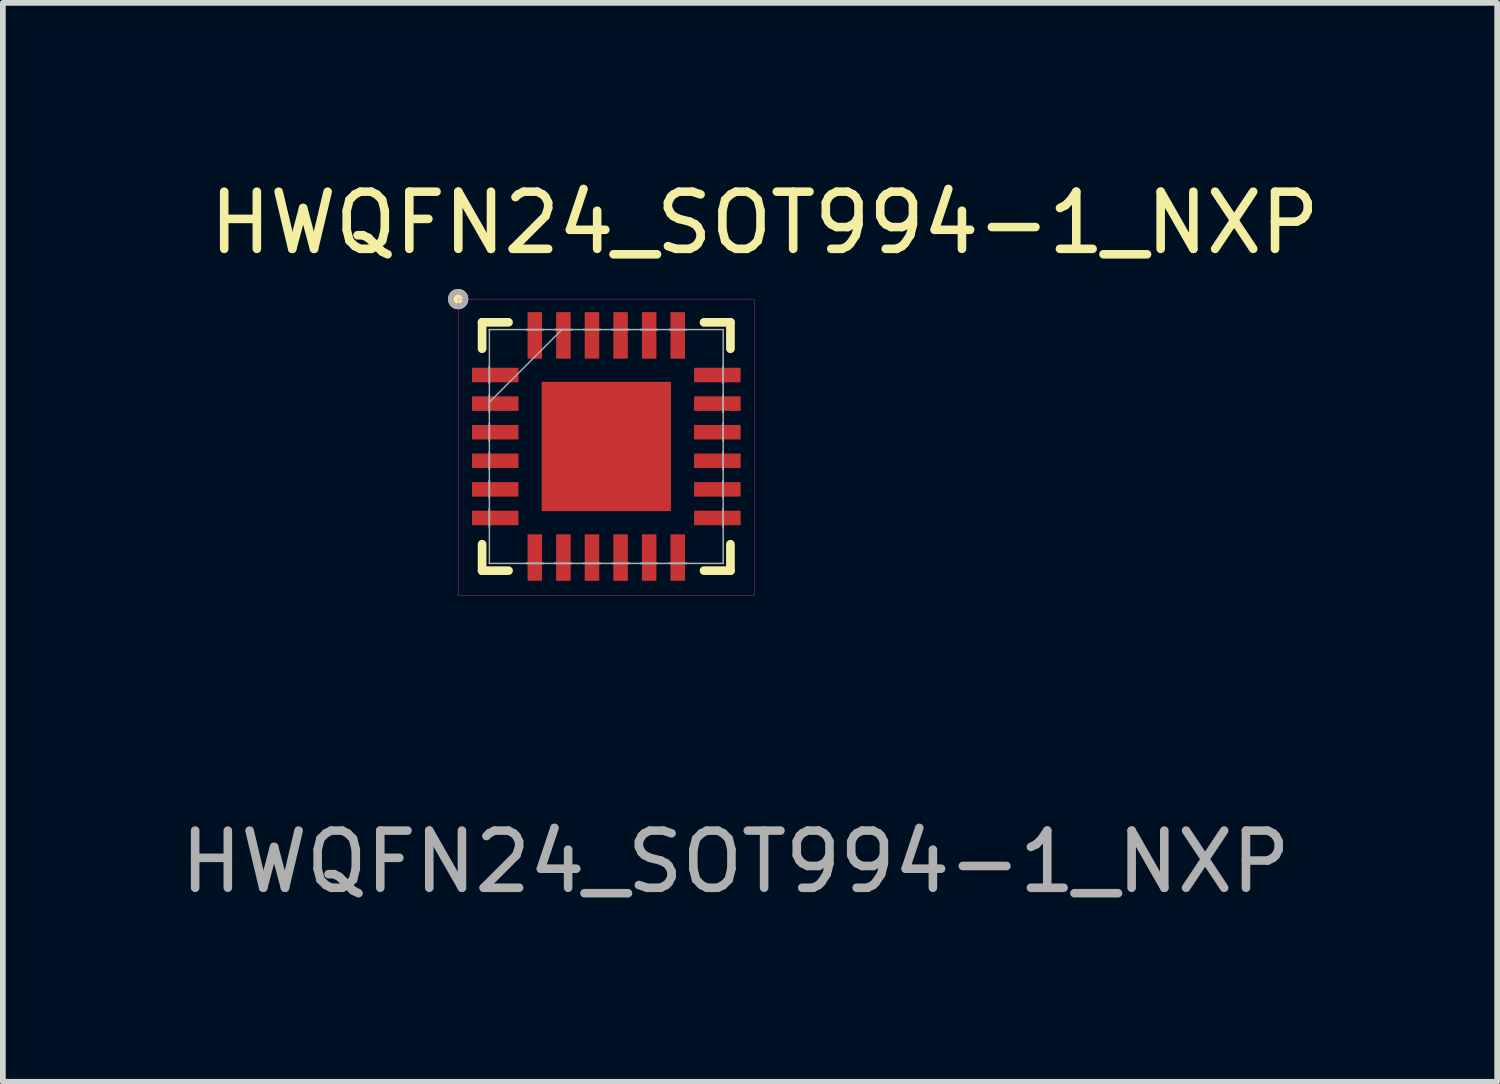
<source format=kicad_pcb>
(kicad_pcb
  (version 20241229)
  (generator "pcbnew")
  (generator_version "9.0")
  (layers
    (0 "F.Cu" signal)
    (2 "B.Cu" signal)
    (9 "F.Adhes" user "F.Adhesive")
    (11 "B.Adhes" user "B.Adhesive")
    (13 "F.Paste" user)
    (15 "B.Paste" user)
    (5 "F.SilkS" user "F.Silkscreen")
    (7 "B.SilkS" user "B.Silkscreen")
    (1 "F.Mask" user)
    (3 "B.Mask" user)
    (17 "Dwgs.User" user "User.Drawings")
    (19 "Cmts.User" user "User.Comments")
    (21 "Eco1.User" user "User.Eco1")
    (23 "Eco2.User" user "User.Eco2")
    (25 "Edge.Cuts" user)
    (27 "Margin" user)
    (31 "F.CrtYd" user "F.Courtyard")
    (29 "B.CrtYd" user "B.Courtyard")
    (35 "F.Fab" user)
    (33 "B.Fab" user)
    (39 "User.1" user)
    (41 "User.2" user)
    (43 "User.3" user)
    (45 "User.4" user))
  (footprint "HWQFN24_SOT994-1_NXP"
    (layer "F.Cu")
    (at 7.555 4.76)
    (property "Reference" "HWQFN24_SOT994-1_NXP" (at 2.769 -3.912 0) (unlocked yes) (layer "F.SilkS") (effects (font (size 1 1) (thickness 0.15))))
    (attr smd)
    (fp_line (start -2.172 -2.172) (end -2.172 -1.71) (stroke (width 0.152) (type solid)) (layer "F.SilkS"))
    (fp_line (start -2.172 1.71) (end -2.172 2.172) (stroke (width 0.152) (type solid)) (layer "F.SilkS"))
    (fp_line (start -2.172 2.172) (end -1.71 2.172) (stroke (width 0.152) (type solid)) (layer "F.SilkS"))
    (fp_line (start -1.71 -2.172) (end -2.172 -2.172) (stroke (width 0.152) (type solid)) (layer "F.SilkS"))
    (fp_line (start 1.71 2.172) (end 2.172 2.172) (stroke (width 0.152) (type solid)) (layer "F.SilkS"))
    (fp_line (start 2.172 -2.172) (end 1.71 -2.172) (stroke (width 0.152) (type solid)) (layer "F.SilkS"))
    (fp_line (start 2.172 -1.71) (end 2.172 -2.172) (stroke (width 0.152) (type solid)) (layer "F.SilkS"))
    (fp_line (start 2.172 2.172) (end 2.172 1.71) (stroke (width 0.152) (type solid)) (layer "F.SilkS"))
    (fp_circle (center -2.591 -2.578) (end -2.464 -2.578) (stroke (width 0.1) (type solid)) (fill yes) (layer "F.SilkS"))
    (fp_rect (start -2.591 -2.578) (end 2.591 2.603) (stroke (width 0.006) (type solid)) (fill no) (layer "F.CrtYd"))
    (fp_line (start -2.045 -2.045) (end -2.045 -2.045) (stroke (width 0.025) (type solid)) (layer "F.Fab"))
    (fp_line (start -2.045 -2.045) (end -2.045 2.045) (stroke (width 0.025) (type solid)) (layer "F.Fab"))
    (fp_line (start -2.045 -1.402) (end -2.045 -1.402) (stroke (width 0.025) (type solid)) (layer "F.Fab"))
    (fp_line (start -2.045 -1.402) (end -2.045 -1.098) (stroke (width 0.025) (type solid)) (layer "F.Fab"))
    (fp_line (start -2.045 -1.098) (end -2.045 -1.402) (stroke (width 0.025) (type solid)) (layer "F.Fab"))
    (fp_line (start -2.045 -1.098) (end -2.045 -1.098) (stroke (width 0.025) (type solid)) (layer "F.Fab"))
    (fp_line (start -2.045 -0.902) (end -2.045 -0.902) (stroke (width 0.025) (type solid)) (layer "F.Fab"))
    (fp_line (start -2.045 -0.902) (end -2.045 -0.598) (stroke (width 0.025) (type solid)) (layer "F.Fab"))
    (fp_line (start -2.045 -0.775) (end -0.775 -2.045) (stroke (width 0.025) (type solid)) (layer "F.Fab"))
    (fp_line (start -2.045 -0.598) (end -2.045 -0.902) (stroke (width 0.025) (type solid)) (layer "F.Fab"))
    (fp_line (start -2.045 -0.598) (end -2.045 -0.598) (stroke (width 0.025) (type solid)) (layer "F.Fab"))
    (fp_line (start -2.045 -0.402) (end -2.045 -0.402) (stroke (width 0.025) (type solid)) (layer "F.Fab"))
    (fp_line (start -2.045 -0.402) (end -2.045 -0.098) (stroke (width 0.025) (type solid)) (layer "F.Fab"))
    (fp_line (start -2.045 -0.098) (end -2.045 -0.402) (stroke (width 0.025) (type solid)) (layer "F.Fab"))
    (fp_line (start -2.045 -0.098) (end -2.045 -0.098) (stroke (width 0.025) (type solid)) (layer "F.Fab"))
    (fp_line (start -2.045 0.098) (end -2.045 0.098) (stroke (width 0.025) (type solid)) (layer "F.Fab"))
    (fp_line (start -2.045 0.098) (end -2.045 0.402) (stroke (width 0.025) (type solid)) (layer "F.Fab"))
    (fp_line (start -2.045 0.402) (end -2.045 0.098) (stroke (width 0.025) (type solid)) (layer "F.Fab"))
    (fp_line (start -2.045 0.402) (end -2.045 0.402) (stroke (width 0.025) (type solid)) (layer "F.Fab"))
    (fp_line (start -2.045 0.598) (end -2.045 0.598) (stroke (width 0.025) (type solid)) (layer "F.Fab"))
    (fp_line (start -2.045 0.598) (end -2.045 0.902) (stroke (width 0.025) (type solid)) (layer "F.Fab"))
    (fp_line (start -2.045 0.902) (end -2.045 0.598) (stroke (width 0.025) (type solid)) (layer "F.Fab"))
    (fp_line (start -2.045 0.902) (end -2.045 0.902) (stroke (width 0.025) (type solid)) (layer "F.Fab"))
    (fp_line (start -2.045 1.098) (end -2.045 1.098) (stroke (width 0.025) (type solid)) (layer "F.Fab"))
    (fp_line (start -2.045 1.098) (end -2.045 1.402) (stroke (width 0.025) (type solid)) (layer "F.Fab"))
    (fp_line (start -2.045 1.402) (end -2.045 1.098) (stroke (width 0.025) (type solid)) (layer "F.Fab"))
    (fp_line (start -2.045 1.402) (end -2.045 1.402) (stroke (width 0.025) (type solid)) (layer "F.Fab"))
    (fp_line (start -2.045 2.045) (end -2.045 2.045) (stroke (width 0.025) (type solid)) (layer "F.Fab"))
    (fp_line (start -2.045 2.045) (end 2.045 2.045) (stroke (width 0.025) (type solid)) (layer "F.Fab"))
    (fp_line (start -1.402 -2.045) (end -1.402 -2.045) (stroke (width 0.025) (type solid)) (layer "F.Fab"))
    (fp_line (start -1.402 -2.045) (end -1.098 -2.045) (stroke (width 0.025) (type solid)) (layer "F.Fab"))
    (fp_line (start -1.402 2.045) (end -1.402 2.045) (stroke (width 0.025) (type solid)) (layer "F.Fab"))
    (fp_line (start -1.402 2.045) (end -1.098 2.045) (stroke (width 0.025) (type solid)) (layer "F.Fab"))
    (fp_line (start -1.098 -2.045) (end -1.402 -2.045) (stroke (width 0.025) (type solid)) (layer "F.Fab"))
    (fp_line (start -1.098 -2.045) (end -1.098 -2.045) (stroke (width 0.025) (type solid)) (layer "F.Fab"))
    (fp_line (start -1.098 2.045) (end -1.402 2.045) (stroke (width 0.025) (type solid)) (layer "F.Fab"))
    (fp_line (start -1.098 2.045) (end -1.098 2.045) (stroke (width 0.025) (type solid)) (layer "F.Fab"))
    (fp_line (start -0.902 -2.045) (end -0.902 -2.045) (stroke (width 0.025) (type solid)) (layer "F.Fab"))
    (fp_line (start -0.902 -2.045) (end -0.598 -2.045) (stroke (width 0.025) (type solid)) (layer "F.Fab"))
    (fp_line (start -0.902 2.045) (end -0.902 2.045) (stroke (width 0.025) (type solid)) (layer "F.Fab"))
    (fp_line (start -0.902 2.045) (end -0.598 2.045) (stroke (width 0.025) (type solid)) (layer "F.Fab"))
    (fp_line (start -0.598 -2.045) (end -0.902 -2.045) (stroke (width 0.025) (type solid)) (layer "F.Fab"))
    (fp_line (start -0.598 -2.045) (end -0.598 -2.045) (stroke (width 0.025) (type solid)) (layer "F.Fab"))
    (fp_line (start -0.598 2.045) (end -0.902 2.045) (stroke (width 0.025) (type solid)) (layer "F.Fab"))
    (fp_line (start -0.598 2.045) (end -0.598 2.045) (stroke (width 0.025) (type solid)) (layer "F.Fab"))
    (fp_line (start -0.402 -2.045) (end -0.402 -2.045) (stroke (width 0.025) (type solid)) (layer "F.Fab"))
    (fp_line (start -0.402 -2.045) (end -0.098 -2.045) (stroke (width 0.025) (type solid)) (layer "F.Fab"))
    (fp_line (start -0.402 2.045) (end -0.402 2.045) (stroke (width 0.025) (type solid)) (layer "F.Fab"))
    (fp_line (start -0.402 2.045) (end -0.098 2.045) (stroke (width 0.025) (type solid)) (layer "F.Fab"))
    (fp_line (start -0.098 -2.045) (end -0.402 -2.045) (stroke (width 0.025) (type solid)) (layer "F.Fab"))
    (fp_line (start -0.098 -2.045) (end -0.098 -2.045) (stroke (width 0.025) (type solid)) (layer "F.Fab"))
    (fp_line (start -0.098 2.045) (end -0.402 2.045) (stroke (width 0.025) (type solid)) (layer "F.Fab"))
    (fp_line (start -0.098 2.045) (end -0.098 2.045) (stroke (width 0.025) (type solid)) (layer "F.Fab"))
    (fp_line (start 0.098 -2.045) (end 0.098 -2.045) (stroke (width 0.025) (type solid)) (layer "F.Fab"))
    (fp_line (start 0.098 -2.045) (end 0.402 -2.045) (stroke (width 0.025) (type solid)) (layer "F.Fab"))
    (fp_line (start 0.098 2.045) (end 0.098 2.045) (stroke (width 0.025) (type solid)) (layer "F.Fab"))
    (fp_line (start 0.098 2.045) (end 0.402 2.045) (stroke (width 0.025) (type solid)) (layer "F.Fab"))
    (fp_line (start 0.402 -2.045) (end 0.098 -2.045) (stroke (width 0.025) (type solid)) (layer "F.Fab"))
    (fp_line (start 0.402 -2.045) (end 0.402 -2.045) (stroke (width 0.025) (type solid)) (layer "F.Fab"))
    (fp_line (start 0.402 2.045) (end 0.098 2.045) (stroke (width 0.025) (type solid)) (layer "F.Fab"))
    (fp_line (start 0.402 2.045) (end 0.402 2.045) (stroke (width 0.025) (type solid)) (layer "F.Fab"))
    (fp_line (start 0.598 -2.045) (end 0.598 -2.045) (stroke (width 0.025) (type solid)) (layer "F.Fab"))
    (fp_line (start 0.598 -2.045) (end 0.902 -2.045) (stroke (width 0.025) (type solid)) (layer "F.Fab"))
    (fp_line (start 0.598 2.045) (end 0.598 2.045) (stroke (width 0.025) (type solid)) (layer "F.Fab"))
    (fp_line (start 0.598 2.045) (end 0.902 2.045) (stroke (width 0.025) (type solid)) (layer "F.Fab"))
    (fp_line (start 0.902 -2.045) (end 0.598 -2.045) (stroke (width 0.025) (type solid)) (layer "F.Fab"))
    (fp_line (start 0.902 -2.045) (end 0.902 -2.045) (stroke (width 0.025) (type solid)) (layer "F.Fab"))
    (fp_line (start 0.902 2.045) (end 0.598 2.045) (stroke (width 0.025) (type solid)) (layer "F.Fab"))
    (fp_line (start 0.902 2.045) (end 0.902 2.045) (stroke (width 0.025) (type solid)) (layer "F.Fab"))
    (fp_line (start 1.098 -2.045) (end 1.098 -2.045) (stroke (width 0.025) (type solid)) (layer "F.Fab"))
    (fp_line (start 1.098 -2.045) (end 1.402 -2.045) (stroke (width 0.025) (type solid)) (layer "F.Fab"))
    (fp_line (start 1.098 2.045) (end 1.098 2.045) (stroke (width 0.025) (type solid)) (layer "F.Fab"))
    (fp_line (start 1.098 2.045) (end 1.402 2.045) (stroke (width 0.025) (type solid)) (layer "F.Fab"))
    (fp_line (start 1.402 -2.045) (end 1.098 -2.045) (stroke (width 0.025) (type solid)) (layer "F.Fab"))
    (fp_line (start 1.402 -2.045) (end 1.402 -2.045) (stroke (width 0.025) (type solid)) (layer "F.Fab"))
    (fp_line (start 1.402 2.045) (end 1.098 2.045) (stroke (width 0.025) (type solid)) (layer "F.Fab"))
    (fp_line (start 1.402 2.045) (end 1.402 2.045) (stroke (width 0.025) (type solid)) (layer "F.Fab"))
    (fp_line (start 2.045 -2.045) (end -2.045 -2.045) (stroke (width 0.025) (type solid)) (layer "F.Fab"))
    (fp_line (start 2.045 -2.045) (end 2.045 -2.045) (stroke (width 0.025) (type solid)) (layer "F.Fab"))
    (fp_line (start 2.045 -1.402) (end 2.045 -1.402) (stroke (width 0.025) (type solid)) (layer "F.Fab"))
    (fp_line (start 2.045 -1.402) (end 2.045 -1.098) (stroke (width 0.025) (type solid)) (layer "F.Fab"))
    (fp_line (start 2.045 -1.098) (end 2.045 -1.402) (stroke (width 0.025) (type solid)) (layer "F.Fab"))
    (fp_line (start 2.045 -1.098) (end 2.045 -1.098) (stroke (width 0.025) (type solid)) (layer "F.Fab"))
    (fp_line (start 2.045 -0.902) (end 2.045 -0.902) (stroke (width 0.025) (type solid)) (layer "F.Fab"))
    (fp_line (start 2.045 -0.902) (end 2.045 -0.598) (stroke (width 0.025) (type solid)) (layer "F.Fab"))
    (fp_line (start 2.045 -0.598) (end 2.045 -0.902) (stroke (width 0.025) (type solid)) (layer "F.Fab"))
    (fp_line (start 2.045 -0.598) (end 2.045 -0.598) (stroke (width 0.025) (type solid)) (layer "F.Fab"))
    (fp_line (start 2.045 -0.402) (end 2.045 -0.402) (stroke (width 0.025) (type solid)) (layer "F.Fab"))
    (fp_line (start 2.045 -0.402) (end 2.045 -0.098) (stroke (width 0.025) (type solid)) (layer "F.Fab"))
    (fp_line (start 2.045 -0.098) (end 2.045 -0.402) (stroke (width 0.025) (type solid)) (layer "F.Fab"))
    (fp_line (start 2.045 -0.098) (end 2.045 -0.098) (stroke (width 0.025) (type solid)) (layer "F.Fab"))
    (fp_line (start 2.045 0.098) (end 2.045 0.098) (stroke (width 0.025) (type solid)) (layer "F.Fab"))
    (fp_line (start 2.045 0.098) (end 2.045 0.402) (stroke (width 0.025) (type solid)) (layer "F.Fab"))
    (fp_line (start 2.045 0.402) (end 2.045 0.098) (stroke (width 0.025) (type solid)) (layer "F.Fab"))
    (fp_line (start 2.045 0.402) (end 2.045 0.402) (stroke (width 0.025) (type solid)) (layer "F.Fab"))
    (fp_line (start 2.045 0.598) (end 2.045 0.598) (stroke (width 0.025) (type solid)) (layer "F.Fab"))
    (fp_line (start 2.045 0.598) (end 2.045 0.902) (stroke (width 0.025) (type solid)) (layer "F.Fab"))
    (fp_line (start 2.045 0.902) (end 2.045 0.598) (stroke (width 0.025) (type solid)) (layer "F.Fab"))
    (fp_line (start 2.045 0.902) (end 2.045 0.902) (stroke (width 0.025) (type solid)) (layer "F.Fab"))
    (fp_line (start 2.045 1.098) (end 2.045 1.098) (stroke (width 0.025) (type solid)) (layer "F.Fab"))
    (fp_line (start 2.045 1.098) (end 2.045 1.402) (stroke (width 0.025) (type solid)) (layer "F.Fab"))
    (fp_line (start 2.045 1.402) (end 2.045 1.098) (stroke (width 0.025) (type solid)) (layer "F.Fab"))
    (fp_line (start 2.045 1.402) (end 2.045 1.402) (stroke (width 0.025) (type solid)) (layer "F.Fab"))
    (fp_line (start 2.045 2.045) (end 2.045 -2.045) (stroke (width 0.025) (type solid)) (layer "F.Fab"))
    (fp_line (start 2.045 2.045) (end 2.045 2.045) (stroke (width 0.025) (type solid)) (layer "F.Fab"))
    (fp_circle (center -2.591 -2.578) (end -2.464 -2.578) (stroke (width 0.1) (type solid)) (fill no) (layer "F.Fab"))
    (fp_text user "${REFERENCE}" (at 2.261 7.264 0) (unlocked yes) (layer "F.Fab") (effects (font (size 1 1) (thickness 0.15))))
    (pad "1" smd rect (at -1.943 -1.25 90) (size 0.254 0.813) (layers "F.Cu" "F.Mask" "F.Paste"))
    (pad "2" smd rect (at -1.943 -0.75 90) (size 0.254 0.813) (layers "F.Cu" "F.Mask" "F.Paste"))
    (pad "3" smd rect (at -1.943 -0.25 90) (size 0.254 0.813) (layers "F.Cu" "F.Mask" "F.Paste"))
    (pad "4" smd rect (at -1.943 0.25 90) (size 0.254 0.813) (layers "F.Cu" "F.Mask" "F.Paste"))
    (pad "5" smd rect (at -1.943 0.75 90) (size 0.254 0.813) (layers "F.Cu" "F.Mask" "F.Paste"))
    (pad "6" smd rect (at -1.943 1.25 90) (size 0.254 0.813) (layers "F.Cu" "F.Mask" "F.Paste"))
    (pad "7" smd rect (at -1.25 1.943) (size 0.254 0.813) (layers "F.Cu" "F.Mask" "F.Paste"))
    (pad "8" smd rect (at -0.75 1.943) (size 0.254 0.813) (layers "F.Cu" "F.Mask" "F.Paste"))
    (pad "9" smd rect (at -0.25 1.943) (size 0.254 0.813) (layers "F.Cu" "F.Mask" "F.Paste"))
    (pad "10" smd rect (at 0.25 1.943) (size 0.254 0.813) (layers "F.Cu" "F.Mask" "F.Paste"))
    (pad "11" smd rect (at 0.75 1.943) (size 0.254 0.813) (layers "F.Cu" "F.Mask" "F.Paste"))
    (pad "12" smd rect (at 1.25 1.943) (size 0.254 0.813) (layers "F.Cu" "F.Mask" "F.Paste"))
    (pad "13" smd rect (at 1.943 1.25 90) (size 0.254 0.813) (layers "F.Cu" "F.Mask" "F.Paste"))
    (pad "14" smd rect (at 1.943 0.75 90) (size 0.254 0.813) (layers "F.Cu" "F.Mask" "F.Paste"))
    (pad "15" smd rect (at 1.943 0.25 90) (size 0.254 0.813) (layers "F.Cu" "F.Mask" "F.Paste"))
    (pad "16" smd rect (at 1.943 -0.25 90) (size 0.254 0.813) (layers "F.Cu" "F.Mask" "F.Paste"))
    (pad "17" smd rect (at 1.943 -0.75 90) (size 0.254 0.813) (layers "F.Cu" "F.Mask" "F.Paste"))
    (pad "18" smd rect (at 1.943 -1.25 90) (size 0.254 0.813) (layers "F.Cu" "F.Mask" "F.Paste"))
    (pad "19" smd rect (at 1.25 -1.943) (size 0.254 0.813) (layers "F.Cu" "F.Mask" "F.Paste"))
    (pad "20" smd rect (at 0.75 -1.943) (size 0.254 0.813) (layers "F.Cu" "F.Mask" "F.Paste"))
    (pad "21" smd rect (at 0.25 -1.943) (size 0.254 0.813) (layers "F.Cu" "F.Mask" "F.Paste"))
    (pad "22" smd rect (at -0.25 -1.943) (size 0.254 0.813) (layers "F.Cu" "F.Mask" "F.Paste"))
    (pad "23" smd rect (at -0.75 -1.943) (size 0.254 0.813) (layers "F.Cu" "F.Mask" "F.Paste"))
    (pad "24" smd rect (at -1.25 -1.943) (size 0.254 0.813) (layers "F.Cu" "F.Mask" "F.Paste"))
    (pad "25" smd rect (at 0 0) (size 2.261 2.261) (layers "F.Cu" "F.Mask" "F.Paste")))
  (gr_rect
    (start -3 -3)
    (end 23.139 15.873)
    (stroke (width 0.1) (type default))
    (fill no)
    (layer "Edge.Cuts")))
</source>
